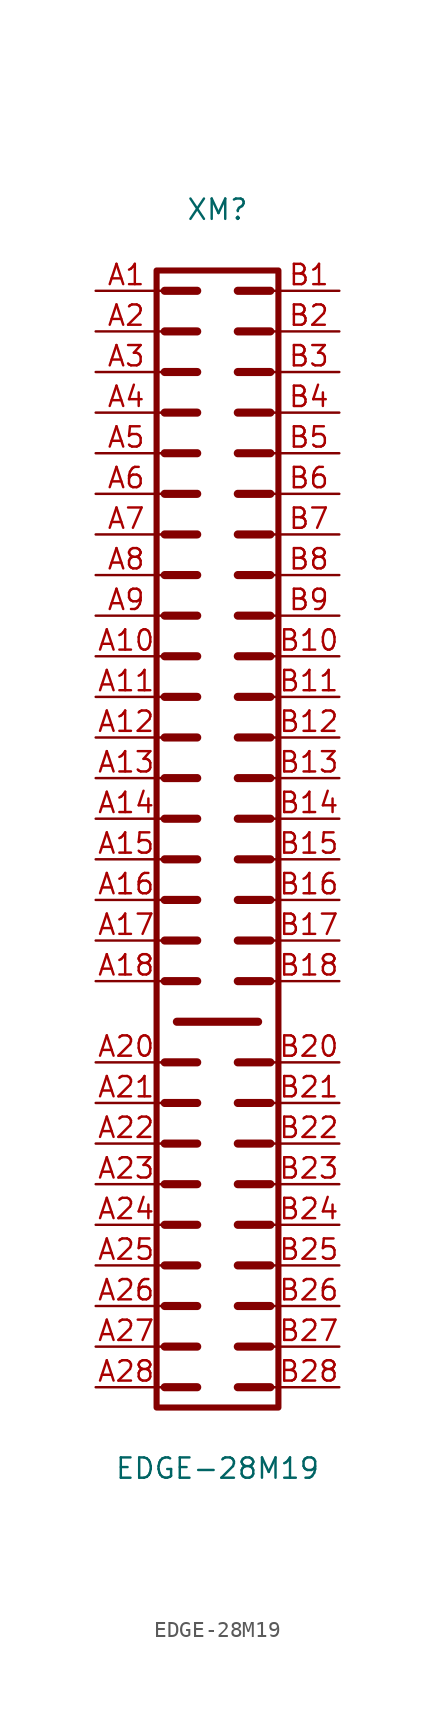
<source format=kicad_sym>
(kicad_symbol_lib
  (version 20231120)
  (generator "kicad_symbol_editor")
  (generator_version "8.0")
  (symbol "EDGE-28M19"
    (pin_names
      (offset 1.016))
    (property "Reference" "XM"
      (at 0 39.37 0)
      (effects (font (size 1.27 1.27))))
    (property "Value" "EDGE-28M19"
      (at 0 -39.37 0)
      (effects (font (size 1.27 1.27))))
    (symbol "EDGE-28M19_0_0"
      (polyline (pts (xy -2.54 -11.43) (xy 2.54 -11.43)) (stroke (width 0.508) (type default)) (fill (type none))))
    (symbol "EDGE-28M19_0_1"
      (rectangle (start -3.81 35.56) (end 3.81 -35.56) (stroke (width 0.381) (type default)) (fill (type none)))
      (polyline (pts (xy -3.81 -34.29) (xy -3.302 -34.29)) (stroke (width 0) (type default)) (fill (type none)))
      (polyline (pts (xy -3.81 -31.75) (xy -3.302 -31.75)) (stroke (width 0) (type default)) (fill (type none)))
      (polyline (pts (xy -3.81 -29.21) (xy -3.302 -29.21)) (stroke (width 0) (type default)) (fill (type none)))
      (polyline (pts (xy -3.81 -26.67) (xy -3.302 -26.67)) (stroke (width 0) (type default)) (fill (type none)))
      (polyline (pts (xy -3.81 -24.13) (xy -3.302 -24.13)) (stroke (width 0) (type default)) (fill (type none)))
      (polyline (pts (xy -3.81 -21.59) (xy -3.302 -21.59)) (stroke (width 0) (type default)) (fill (type none)))
      (polyline (pts (xy -3.81 -19.05) (xy -3.302 -19.05)) (stroke (width 0) (type default)) (fill (type none)))
      (polyline (pts (xy -3.81 -16.51) (xy -3.302 -16.51)) (stroke (width 0) (type default)) (fill (type none)))
      (polyline (pts (xy -3.81 -13.97) (xy -3.302 -13.97)) (stroke (width 0) (type default)) (fill (type none)))
      (polyline (pts (xy -3.81 -8.89) (xy -3.302 -8.89)) (stroke (width 0) (type default)) (fill (type none)))
      (polyline (pts (xy -3.81 -6.35) (xy -3.302 -6.35)) (stroke (width 0) (type default)) (fill (type none)))
      (polyline (pts (xy -3.81 -3.81) (xy -3.302 -3.81)) (stroke (width 0) (type default)) (fill (type none)))
      (polyline (pts (xy -3.81 -1.27) (xy -3.302 -1.27)) (stroke (width 0) (type default)) (fill (type none)))
      (polyline (pts (xy -3.81 1.27) (xy -3.302 1.27)) (stroke (width 0) (type default)) (fill (type none)))
      (polyline (pts (xy -3.81 3.81) (xy -3.302 3.81)) (stroke (width 0) (type default)) (fill (type none)))
      (polyline (pts (xy -3.81 6.35) (xy -3.302 6.35)) (stroke (width 0) (type default)) (fill (type none)))
      (polyline (pts (xy -3.81 8.89) (xy -3.302 8.89)) (stroke (width 0) (type default)) (fill (type none)))
      (polyline (pts (xy -3.81 11.43) (xy -3.302 11.43)) (stroke (width 0) (type default)) (fill (type none)))
      (polyline (pts (xy -3.81 13.97) (xy -3.302 13.97)) (stroke (width 0) (type default)) (fill (type none)))
      (polyline (pts (xy -3.81 16.51) (xy -3.302 16.51)) (stroke (width 0) (type default)) (fill (type none)))
      (polyline (pts (xy -3.81 19.05) (xy -3.302 19.05)) (stroke (width 0) (type default)) (fill (type none)))
      (polyline (pts (xy -3.81 21.59) (xy -3.302 21.59)) (stroke (width 0) (type default)) (fill (type none)))
      (polyline (pts (xy -3.81 24.13) (xy -3.302 24.13)) (stroke (width 0) (type default)) (fill (type none)))
      (polyline (pts (xy -3.81 26.67) (xy -3.302 26.67)) (stroke (width 0) (type default)) (fill (type none)))
      (polyline (pts (xy -3.81 29.21) (xy -3.302 29.21)) (stroke (width 0) (type default)) (fill (type none)))
      (polyline (pts (xy -3.81 31.75) (xy -3.302 31.75)) (stroke (width 0) (type default)) (fill (type none)))
      (polyline (pts (xy -3.81 34.29) (xy -3.302 34.29)) (stroke (width 0) (type default)) (fill (type none)))
      (polyline (pts (xy -3.302 -34.29) (xy -1.27 -34.29)) (stroke (width 0.508) (type default)) (fill (type none)))
      (polyline (pts (xy -3.302 -31.75) (xy -1.27 -31.75)) (stroke (width 0.508) (type default)) (fill (type none)))
      (polyline (pts (xy -3.302 -29.21) (xy -1.27 -29.21)) (stroke (width 0.508) (type default)) (fill (type none)))
      (polyline (pts (xy -3.302 -26.67) (xy -1.27 -26.67)) (stroke (width 0.508) (type default)) (fill (type none)))
      (polyline (pts (xy -3.302 -24.13) (xy -1.27 -24.13)) (stroke (width 0.508) (type default)) (fill (type none)))
      (polyline (pts (xy -3.302 -21.59) (xy -1.27 -21.59)) (stroke (width 0.508) (type default)) (fill (type none)))
      (polyline (pts (xy -3.302 -19.05) (xy -1.27 -19.05)) (stroke (width 0.508) (type default)) (fill (type none)))
      (polyline (pts (xy -3.302 -16.51) (xy -1.27 -16.51)) (stroke (width 0.508) (type default)) (fill (type none)))
      (polyline (pts (xy -3.302 -13.97) (xy -1.27 -13.97)) (stroke (width 0.508) (type default)) (fill (type none)))
      (polyline (pts (xy -3.302 -8.89) (xy -1.27 -8.89)) (stroke (width 0.508) (type default)) (fill (type none)))
      (polyline (pts (xy -3.302 -6.35) (xy -1.27 -6.35)) (stroke (width 0.508) (type default)) (fill (type none)))
      (polyline (pts (xy -3.302 -3.81) (xy -1.27 -3.81)) (stroke (width 0.508) (type default)) (fill (type none)))
      (polyline (pts (xy -3.302 -1.27) (xy -1.27 -1.27)) (stroke (width 0.508) (type default)) (fill (type none)))
      (polyline (pts (xy -3.302 1.27) (xy -1.27 1.27)) (stroke (width 0.508) (type default)) (fill (type none)))
      (polyline (pts (xy -3.302 3.81) (xy -1.27 3.81)) (stroke (width 0.508) (type default)) (fill (type none)))
      (polyline (pts (xy -3.302 6.35) (xy -1.27 6.35)) (stroke (width 0.508) (type default)) (fill (type none)))
      (polyline (pts (xy -3.302 8.89) (xy -1.27 8.89)) (stroke (width 0.508) (type default)) (fill (type none)))
      (polyline (pts (xy -3.302 11.43) (xy -1.27 11.43)) (stroke (width 0.508) (type default)) (fill (type none)))
      (polyline (pts (xy -3.302 13.97) (xy -1.27 13.97)) (stroke (width 0.508) (type default)) (fill (type none)))
      (polyline (pts (xy -3.302 16.51) (xy -1.27 16.51)) (stroke (width 0.508) (type default)) (fill (type none)))
      (polyline (pts (xy -3.302 19.05) (xy -1.27 19.05)) (stroke (width 0.508) (type default)) (fill (type none)))
      (polyline (pts (xy -3.302 21.59) (xy -1.27 21.59)) (stroke (width 0.508) (type default)) (fill (type none)))
      (polyline (pts (xy -3.302 24.13) (xy -1.27 24.13)) (stroke (width 0.508) (type default)) (fill (type none)))
      (polyline (pts (xy -3.302 26.67) (xy -1.27 26.67)) (stroke (width 0.508) (type default)) (fill (type none)))
      (polyline (pts (xy -3.302 29.21) (xy -1.27 29.21)) (stroke (width 0.508) (type default)) (fill (type none)))
      (polyline (pts (xy -3.302 31.75) (xy -1.27 31.75)) (stroke (width 0.508) (type default)) (fill (type none)))
      (polyline (pts (xy -3.302 34.29) (xy -1.27 34.29)) (stroke (width 0.508) (type default)) (fill (type none)))
      (polyline (pts (xy 3.302 -34.29) (xy 1.27 -34.29)) (stroke (width 0.508) (type default)) (fill (type none)))
      (polyline (pts (xy 3.302 -31.75) (xy 1.27 -31.75)) (stroke (width 0.508) (type default)) (fill (type none)))
      (polyline (pts (xy 3.302 -29.21) (xy 1.27 -29.21)) (stroke (width 0.508) (type default)) (fill (type none)))
      (polyline (pts (xy 3.302 -26.67) (xy 1.27 -26.67)) (stroke (width 0.508) (type default)) (fill (type none)))
      (polyline (pts (xy 3.302 -24.13) (xy 1.27 -24.13)) (stroke (width 0.508) (type default)) (fill (type none)))
      (polyline (pts (xy 3.302 -21.59) (xy 1.27 -21.59)) (stroke (width 0.508) (type default)) (fill (type none)))
      (polyline (pts (xy 3.302 -19.05) (xy 1.27 -19.05)) (stroke (width 0.508) (type default)) (fill (type none)))
      (polyline (pts (xy 3.302 -16.51) (xy 1.27 -16.51)) (stroke (width 0.508) (type default)) (fill (type none)))
      (polyline (pts (xy 3.302 -13.97) (xy 1.27 -13.97)) (stroke (width 0.508) (type default)) (fill (type none)))
      (polyline (pts (xy 3.302 -8.89) (xy 1.27 -8.89)) (stroke (width 0.508) (type default)) (fill (type none)))
      (polyline (pts (xy 3.302 -6.35) (xy 1.27 -6.35)) (stroke (width 0.508) (type default)) (fill (type none)))
      (polyline (pts (xy 3.302 -3.81) (xy 1.27 -3.81)) (stroke (width 0.508) (type default)) (fill (type none)))
      (polyline (pts (xy 3.302 -1.27) (xy 1.27 -1.27)) (stroke (width 0.508) (type default)) (fill (type none)))
      (polyline (pts (xy 3.302 1.27) (xy 1.27 1.27)) (stroke (width 0.508) (type default)) (fill (type none)))
      (polyline (pts (xy 3.302 3.81) (xy 1.27 3.81)) (stroke (width 0.508) (type default)) (fill (type none)))
      (polyline (pts (xy 3.302 6.35) (xy 1.27 6.35)) (stroke (width 0.508) (type default)) (fill (type none)))
      (polyline (pts (xy 3.302 8.89) (xy 1.27 8.89)) (stroke (width 0.508) (type default)) (fill (type none)))
      (polyline (pts (xy 3.302 11.43) (xy 1.27 11.43)) (stroke (width 0.508) (type default)) (fill (type none)))
      (polyline (pts (xy 3.302 13.97) (xy 1.27 13.97)) (stroke (width 0.508) (type default)) (fill (type none)))
      (polyline (pts (xy 3.302 16.51) (xy 1.27 16.51)) (stroke (width 0.508) (type default)) (fill (type none)))
      (polyline (pts (xy 3.302 19.05) (xy 1.27 19.05)) (stroke (width 0.508) (type default)) (fill (type none)))
      (polyline (pts (xy 3.302 21.59) (xy 1.27 21.59)) (stroke (width 0.508) (type default)) (fill (type none)))
      (polyline (pts (xy 3.302 24.13) (xy 1.27 24.13)) (stroke (width 0.508) (type default)) (fill (type none)))
      (polyline (pts (xy 3.302 26.67) (xy 1.27 26.67)) (stroke (width 0.508) (type default)) (fill (type none)))
      (polyline (pts (xy 3.302 29.21) (xy 1.27 29.21)) (stroke (width 0.508) (type default)) (fill (type none)))
      (polyline (pts (xy 3.302 31.75) (xy 1.27 31.75)) (stroke (width 0.508) (type default)) (fill (type none)))
      (polyline (pts (xy 3.302 34.29) (xy 1.27 34.29)) (stroke (width 0.508) (type default)) (fill (type none)))
      (polyline (pts (xy 3.81 -34.29) (xy 3.302 -34.29)) (stroke (width 0) (type default)) (fill (type none)))
      (polyline (pts (xy 3.81 -31.75) (xy 3.302 -31.75)) (stroke (width 0) (type default)) (fill (type none)))
      (polyline (pts (xy 3.81 -29.21) (xy 3.302 -29.21)) (stroke (width 0) (type default)) (fill (type none)))
      (polyline (pts (xy 3.81 -26.67) (xy 3.302 -26.67)) (stroke (width 0) (type default)) (fill (type none)))
      (polyline (pts (xy 3.81 -24.13) (xy 3.302 -24.13)) (stroke (width 0) (type default)) (fill (type none)))
      (polyline (pts (xy 3.81 -21.59) (xy 3.302 -21.59)) (stroke (width 0) (type default)) (fill (type none)))
      (polyline (pts (xy 3.81 -19.05) (xy 3.302 -19.05)) (stroke (width 0) (type default)) (fill (type none)))
      (polyline (pts (xy 3.81 -16.51) (xy 3.302 -16.51)) (stroke (width 0) (type default)) (fill (type none)))
      (polyline (pts (xy 3.81 -13.97) (xy 3.302 -13.97)) (stroke (width 0) (type default)) (fill (type none)))
      (polyline (pts (xy 3.81 -8.89) (xy 3.302 -8.89)) (stroke (width 0) (type default)) (fill (type none)))
      (polyline (pts (xy 3.81 -6.35) (xy 3.302 -6.35)) (stroke (width 0) (type default)) (fill (type none)))
      (polyline (pts (xy 3.81 -3.81) (xy 3.302 -3.81)) (stroke (width 0) (type default)) (fill (type none)))
      (polyline (pts (xy 3.81 -1.27) (xy 3.302 -1.27)) (stroke (width 0) (type default)) (fill (type none)))
      (polyline (pts (xy 3.81 1.27) (xy 3.302 1.27)) (stroke (width 0) (type default)) (fill (type none)))
      (polyline (pts (xy 3.81 3.81) (xy 3.302 3.81)) (stroke (width 0) (type default)) (fill (type none)))
      (polyline (pts (xy 3.81 6.35) (xy 3.302 6.35)) (stroke (width 0) (type default)) (fill (type none)))
      (polyline (pts (xy 3.81 8.89) (xy 3.302 8.89)) (stroke (width 0) (type default)) (fill (type none)))
      (polyline (pts (xy 3.81 11.43) (xy 3.302 11.43)) (stroke (width 0) (type default)) (fill (type none)))
      (polyline (pts (xy 3.81 13.97) (xy 3.302 13.97)) (stroke (width 0) (type default)) (fill (type none)))
      (polyline (pts (xy 3.81 16.51) (xy 3.302 16.51)) (stroke (width 0) (type default)) (fill (type none)))
      (polyline (pts (xy 3.81 19.05) (xy 3.302 19.05)) (stroke (width 0) (type default)) (fill (type none)))
      (polyline (pts (xy 3.81 21.59) (xy 3.302 21.59)) (stroke (width 0) (type default)) (fill (type none)))
      (polyline (pts (xy 3.81 24.13) (xy 3.302 24.13)) (stroke (width 0) (type default)) (fill (type none)))
      (polyline (pts (xy 3.81 26.67) (xy 3.302 26.67)) (stroke (width 0) (type default)) (fill (type none)))
      (polyline (pts (xy 3.81 29.21) (xy 3.302 29.21)) (stroke (width 0) (type default)) (fill (type none)))
      (polyline (pts (xy 3.81 31.75) (xy 3.302 31.75)) (stroke (width 0) (type default)) (fill (type none)))
      (polyline (pts (xy 3.81 34.29) (xy 3.302 34.29)) (stroke (width 0) (type default)) (fill (type none))))
    (symbol "EDGE-28M19_1_1"
      (pin passive line (at -7.62 34.29 0) (length 3.81) (name "~" (effects (font (size 1.27 1.27)))) (number "A1" (effects (font (size 1.27 1.27)))))
      (pin passive line (at -7.62 11.43 0) (length 3.81) (name "~" (effects (font (size 1.27 1.27)))) (number "A10" (effects (font (size 1.27 1.27)))))
      (pin passive line (at -7.62 8.89 0) (length 3.81) (name "~" (effects (font (size 1.27 1.27)))) (number "A11" (effects (font (size 1.27 1.27)))))
      (pin passive line (at -7.62 6.35 0) (length 3.81) (name "~" (effects (font (size 1.27 1.27)))) (number "A12" (effects (font (size 1.27 1.27)))))
      (pin passive line (at -7.62 3.81 0) (length 3.81) (name "~" (effects (font (size 1.27 1.27)))) (number "A13" (effects (font (size 1.27 1.27)))))
      (pin passive line (at -7.62 1.27 0) (length 3.81) (name "~" (effects (font (size 1.27 1.27)))) (number "A14" (effects (font (size 1.27 1.27)))))
      (pin passive line (at -7.62 -1.27 0) (length 3.81) (name "~" (effects (font (size 1.27 1.27)))) (number "A15" (effects (font (size 1.27 1.27)))))
      (pin passive line (at -7.62 -3.81 0) (length 3.81) (name "~" (effects (font (size 1.27 1.27)))) (number "A16" (effects (font (size 1.27 1.27)))))
      (pin passive line (at -7.62 -6.35 0) (length 3.81) (name "~" (effects (font (size 1.27 1.27)))) (number "A17" (effects (font (size 1.27 1.27)))))
      (pin passive line (at -7.62 -8.89 0) (length 3.81) (name "~" (effects (font (size 1.27 1.27)))) (number "A18" (effects (font (size 1.27 1.27)))))
      (pin passive line (at -7.62 31.75 0) (length 3.81) (name "~" (effects (font (size 1.27 1.27)))) (number "A2" (effects (font (size 1.27 1.27)))))
      (pin passive line (at -7.62 -13.97 0) (length 3.81) (name "~" (effects (font (size 1.27 1.27)))) (number "A20" (effects (font (size 1.27 1.27)))))
      (pin passive line (at -7.62 -16.51 0) (length 3.81) (name "~" (effects (font (size 1.27 1.27)))) (number "A21" (effects (font (size 1.27 1.27)))))
      (pin passive line (at -7.62 -19.05 0) (length 3.81) (name "~" (effects (font (size 1.27 1.27)))) (number "A22" (effects (font (size 1.27 1.27)))))
      (pin passive line (at -7.62 -21.59 0) (length 3.81) (name "~" (effects (font (size 1.27 1.27)))) (number "A23" (effects (font (size 1.27 1.27)))))
      (pin passive line (at -7.62 -24.13 0) (length 3.81) (name "~" (effects (font (size 1.27 1.27)))) (number "A24" (effects (font (size 1.27 1.27)))))
      (pin passive line (at -7.62 -26.67 0) (length 3.81) (name "~" (effects (font (size 1.27 1.27)))) (number "A25" (effects (font (size 1.27 1.27)))))
      (pin passive line (at -7.62 -29.21 0) (length 3.81) (name "~" (effects (font (size 1.27 1.27)))) (number "A26" (effects (font (size 1.27 1.27)))))
      (pin passive line (at -7.62 -31.75 0) (length 3.81) (name "~" (effects (font (size 1.27 1.27)))) (number "A27" (effects (font (size 1.27 1.27)))))
      (pin passive line (at -7.62 -34.29 0) (length 3.81) (name "~" (effects (font (size 1.27 1.27)))) (number "A28" (effects (font (size 1.27 1.27)))))
      (pin passive line (at -7.62 29.21 0) (length 3.81) (name "~" (effects (font (size 1.27 1.27)))) (number "A3" (effects (font (size 1.27 1.27)))))
      (pin passive line (at -7.62 26.67 0) (length 3.81) (name "~" (effects (font (size 1.27 1.27)))) (number "A4" (effects (font (size 1.27 1.27)))))
      (pin passive line (at -7.62 24.13 0) (length 3.81) (name "~" (effects (font (size 1.27 1.27)))) (number "A5" (effects (font (size 1.27 1.27)))))
      (pin passive line (at -7.62 21.59 0) (length 3.81) (name "~" (effects (font (size 1.27 1.27)))) (number "A6" (effects (font (size 1.27 1.27)))))
      (pin passive line (at -7.62 19.05 0) (length 3.81) (name "~" (effects (font (size 1.27 1.27)))) (number "A7" (effects (font (size 1.27 1.27)))))
      (pin passive line (at -7.62 16.51 0) (length 3.81) (name "~" (effects (font (size 1.27 1.27)))) (number "A8" (effects (font (size 1.27 1.27)))))
      (pin passive line (at -7.62 13.97 0) (length 3.81) (name "~" (effects (font (size 1.27 1.27)))) (number "A9" (effects (font (size 1.27 1.27)))))
      (pin passive line (at 7.62 34.29 180) (length 3.81) (name "~" (effects (font (size 1.27 1.27)))) (number "B1" (effects (font (size 1.27 1.27)))))
      (pin passive line (at 7.62 11.43 180) (length 3.81) (name "~" (effects (font (size 1.27 1.27)))) (number "B10" (effects (font (size 1.27 1.27)))))
      (pin passive line (at 7.62 8.89 180) (length 3.81) (name "~" (effects (font (size 1.27 1.27)))) (number "B11" (effects (font (size 1.27 1.27)))))
      (pin passive line (at 7.62 6.35 180) (length 3.81) (name "~" (effects (font (size 1.27 1.27)))) (number "B12" (effects (font (size 1.27 1.27)))))
      (pin passive line (at 7.62 3.81 180) (length 3.81) (name "~" (effects (font (size 1.27 1.27)))) (number "B13" (effects (font (size 1.27 1.27)))))
      (pin passive line (at 7.62 1.27 180) (length 3.81) (name "~" (effects (font (size 1.27 1.27)))) (number "B14" (effects (font (size 1.27 1.27)))))
      (pin passive line (at 7.62 -1.27 180) (length 3.81) (name "~" (effects (font (size 1.27 1.27)))) (number "B15" (effects (font (size 1.27 1.27)))))
      (pin passive line (at 7.62 -3.81 180) (length 3.81) (name "~" (effects (font (size 1.27 1.27)))) (number "B16" (effects (font (size 1.27 1.27)))))
      (pin passive line (at 7.62 -6.35 180) (length 3.81) (name "~" (effects (font (size 1.27 1.27)))) (number "B17" (effects (font (size 1.27 1.27)))))
      (pin passive line (at 7.62 -8.89 180) (length 3.81) (name "~" (effects (font (size 1.27 1.27)))) (number "B18" (effects (font (size 1.27 1.27)))))
      (pin passive line (at 7.62 31.75 180) (length 3.81) (name "~" (effects (font (size 1.27 1.27)))) (number "B2" (effects (font (size 1.27 1.27)))))
      (pin passive line (at 7.62 -13.97 180) (length 3.81) (name "~" (effects (font (size 1.27 1.27)))) (number "B20" (effects (font (size 1.27 1.27)))))
      (pin passive line (at 7.62 -16.51 180) (length 3.81) (name "~" (effects (font (size 1.27 1.27)))) (number "B21" (effects (font (size 1.27 1.27)))))
      (pin passive line (at 7.62 -19.05 180) (length 3.81) (name "~" (effects (font (size 1.27 1.27)))) (number "B22" (effects (font (size 1.27 1.27)))))
      (pin passive line (at 7.62 -21.59 180) (length 3.81) (name "~" (effects (font (size 1.27 1.27)))) (number "B23" (effects (font (size 1.27 1.27)))))
      (pin passive line (at 7.62 -24.13 180) (length 3.81) (name "~" (effects (font (size 1.27 1.27)))) (number "B24" (effects (font (size 1.27 1.27)))))
      (pin passive line (at 7.62 -26.67 180) (length 3.81) (name "~" (effects (font (size 1.27 1.27)))) (number "B25" (effects (font (size 1.27 1.27)))))
      (pin passive line (at 7.62 -29.21 180) (length 3.81) (name "~" (effects (font (size 1.27 1.27)))) (number "B26" (effects (font (size 1.27 1.27)))))
      (pin passive line (at 7.62 -31.75 180) (length 3.81) (name "~" (effects (font (size 1.27 1.27)))) (number "B27" (effects (font (size 1.27 1.27)))))
      (pin passive line (at 7.62 -34.29 180) (length 3.81) (name "~" (effects (font (size 1.27 1.27)))) (number "B28" (effects (font (size 1.27 1.27)))))
      (pin passive line (at 7.62 29.21 180) (length 3.81) (name "~" (effects (font (size 1.27 1.27)))) (number "B3" (effects (font (size 1.27 1.27)))))
      (pin passive line (at 7.62 26.67 180) (length 3.81) (name "~" (effects (font (size 1.27 1.27)))) (number "B4" (effects (font (size 1.27 1.27)))))
      (pin passive line (at 7.62 24.13 180) (length 3.81) (name "~" (effects (font (size 1.27 1.27)))) (number "B5" (effects (font (size 1.27 1.27)))))
      (pin passive line (at 7.62 21.59 180) (length 3.81) (name "~" (effects (font (size 1.27 1.27)))) (number "B6" (effects (font (size 1.27 1.27)))))
      (pin passive line (at 7.62 19.05 180) (length 3.81) (name "~" (effects (font (size 1.27 1.27)))) (number "B7" (effects (font (size 1.27 1.27)))))
      (pin passive line (at 7.62 16.51 180) (length 3.81) (name "~" (effects (font (size 1.27 1.27)))) (number "B8" (effects (font (size 1.27 1.27)))))
      (pin passive line (at 7.62 13.97 180) (length 3.81) (name "~" (effects (font (size 1.27 1.27)))) (number "B9" (effects (font (size 1.27 1.27))))))))
</source>
